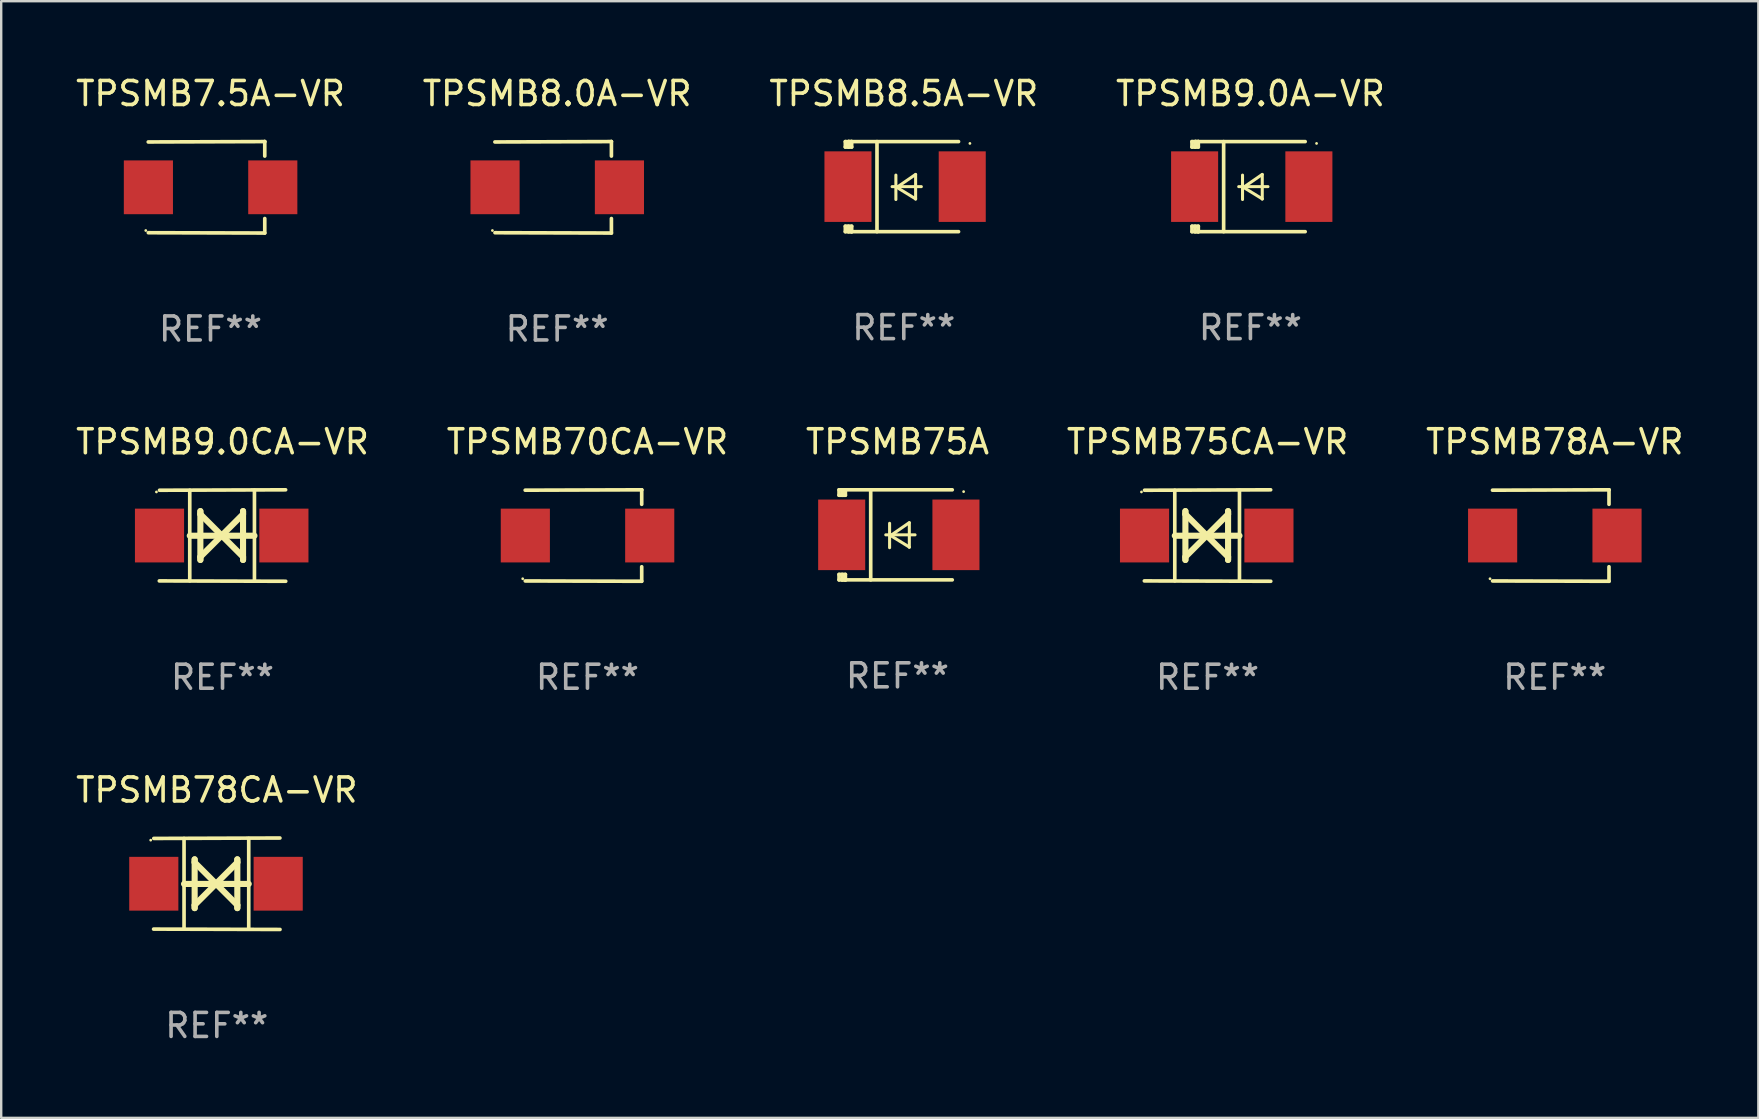
<source format=kicad_pcb>
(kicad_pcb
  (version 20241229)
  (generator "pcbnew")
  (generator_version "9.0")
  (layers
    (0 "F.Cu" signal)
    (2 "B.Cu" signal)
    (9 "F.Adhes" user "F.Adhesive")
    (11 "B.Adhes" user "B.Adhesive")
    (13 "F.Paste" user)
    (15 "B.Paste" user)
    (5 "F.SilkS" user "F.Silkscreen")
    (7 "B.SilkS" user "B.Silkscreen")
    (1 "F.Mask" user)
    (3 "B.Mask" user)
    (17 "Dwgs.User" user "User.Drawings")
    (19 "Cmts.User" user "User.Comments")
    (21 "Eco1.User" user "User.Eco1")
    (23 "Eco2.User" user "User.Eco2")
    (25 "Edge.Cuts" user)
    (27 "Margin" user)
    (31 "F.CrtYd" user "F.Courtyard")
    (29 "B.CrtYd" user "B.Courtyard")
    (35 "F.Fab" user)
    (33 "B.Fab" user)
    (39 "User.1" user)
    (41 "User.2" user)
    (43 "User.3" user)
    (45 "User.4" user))
  (footprint "TPSMB8.0A-VR"
    (layer "F.Cu")
    (at 20.161 4.753)
    (property "Reference" "TPSMB8.0A-VR" (at 0 -3.905 0) (layer "F.SilkS") (effects (font (size 1 1) (thickness 0.15))))
    (attr through_hole)
    (fp_line (start 2.256 -1.905) (end -2.594 -1.889) (stroke (width 0.152) (type solid)) (layer "F.SilkS"))
    (fp_line (start 2.256 -1.905) (end 2.26 -1.905) (stroke (width 0.152) (type solid)) (layer "F.SilkS"))
    (fp_line (start 2.26 -1.905) (end 2.26 -1.301) (stroke (width 0.152) (type solid)) (layer "F.SilkS"))
    (fp_line (start 2.26 1.301) (end 2.26 1.905) (stroke (width 0.152) (type solid)) (layer "F.SilkS"))
    (fp_line (start 2.26 1.905) (end -2.59 1.892) (stroke (width 0.152) (type solid)) (layer "F.SilkS"))
    (fp_circle (center -2.697 1.8) (end -2.667 1.8) (stroke (width 0.06) (type solid)) (fill no) (layer "F.SilkS"))
    (fp_text user "REF**" (at 0 5.905 0) (layer "F.Fab") (effects (font (size 1 1) (thickness 0.15))))
    (pad "1" smd rect (at -2.588 0) (size 2.047 2.241) (layers "F.Cu" "F.Mask" "F.Paste"))
    (pad "2" smd rect (at 2.594 0) (size 2.047 2.241) (layers "F.Cu" "F.Mask" "F.Paste")))
  (footprint "TPSMB9.0A-VR"
    (layer "F.Cu")
    (at 49.042 4.725)
    (property "Reference" "TPSMB9.0A-VR" (at 0 -3.876 0) (layer "F.SilkS") (effects (font (size 1 1) (thickness 0.15))))
    (attr through_hole)
    (fp_line (start -2.435 1.65) (end -2.171 1.65) (stroke (width 0.152) (type solid)) (layer "F.SilkS"))
    (fp_line (start -2.435 1.876) (end -2.435 1.65) (stroke (width 0.152) (type solid)) (layer "F.SilkS"))
    (fp_line (start -2.435 -1.876) (end -2.171 -1.876) (stroke (width 0.152) (type solid)) (layer "F.SilkS"))
    (fp_line (start -2.435 -1.65) (end -2.435 -1.876) (stroke (width 0.152) (type solid)) (layer "F.SilkS"))
    (fp_line (start -2.305 -1.866) (end -2.295 -1.876) (stroke (width 0.152) (type solid)) (layer "F.SilkS"))
    (fp_line (start -2.305 -1.65) (end -2.305 -1.866) (stroke (width 0.152) (type solid)) (layer "F.SilkS"))
    (fp_line (start -2.305 1.876) (end -2.305 1.65) (stroke (width 0.152) (type solid)) (layer "F.SilkS"))
    (fp_line (start -2.295 -1.876) (end -2.295 -1.65) (stroke (width 0.152) (type solid)) (layer "F.SilkS"))
    (fp_line (start -2.171 1.876) (end -2.435 1.876) (stroke (width 0.152) (type solid)) (layer "F.SilkS"))
    (fp_line (start -2.171 -1.65) (end -2.435 -1.65) (stroke (width 0.152) (type solid)) (layer "F.SilkS"))
    (fp_line (start -2.171 -1.876) (end -2.295 -1.876) (stroke (width 0.152) (type solid)) (layer "F.SilkS"))
    (fp_line (start -2.171 -1.65) (end -2.171 -1.876) (stroke (width 0.152) (type solid)) (layer "F.SilkS"))
    (fp_line (start -2.171 1.876) (end -2.305 1.876) (stroke (width 0.152) (type solid)) (layer "F.SilkS"))
    (fp_line (start -2.171 1.876) (end -2.171 1.65) (stroke (width 0.152) (type solid)) (layer "F.SilkS"))
    (fp_line (start -1.116 1.876) (end -1.116 -1.876) (stroke (width 0.152) (type solid)) (layer "F.SilkS"))
    (fp_line (start -0.488 0.000102) (end 0.731 0.000102) (stroke (width 0.127) (type solid)) (layer "F.SilkS"))
    (fp_line (start -0.329 -0.48) (end -0.329 0.536) (stroke (width 0.127) (type solid)) (layer "F.SilkS"))
    (fp_line (start -0.29 0.03) (end 0.493 0.51) (stroke (width 0.127) (type solid)) (layer "F.SilkS"))
    (fp_line (start 0.493 -0.51) (end -0.29 0.03) (stroke (width 0.127) (type solid)) (layer "F.SilkS"))
    (fp_line (start 0.493 0.52) (end 0.493 -0.496) (stroke (width 0.127) (type solid)) (layer "F.SilkS"))
    (fp_line (start 2.281 -1.876) (end -2.171 -1.876) (stroke (width 0.152) (type solid)) (layer "F.SilkS"))
    (fp_line (start 2.281 1.876) (end -2.171 1.876) (stroke (width 0.152) (type solid)) (layer "F.SilkS"))
    (fp_circle (center 2.755 -1.8) (end 2.785 -1.8) (stroke (width 0.06) (type solid)) (fill no) (layer "F.SilkS"))
    (fp_text user "REF**" (at 0 5.876 0) (layer "F.Fab") (effects (font (size 1 1) (thickness 0.15))))
    (pad "1" smd rect (at 2.435 -0.000025 180) (size 1.96 2.94) (layers "F.Cu" "F.Mask" "F.Paste"))
    (pad "2" smd rect (at -2.325 -0.000025 180) (size 1.96 2.94) (layers "F.Cu" "F.Mask" "F.Paste")))
  (footprint "TPSMB78CA-VR"
    (layer "F.Cu")
    (at 5.982 33.766)
    (property "Reference" "TPSMB78CA-VR" (at 0 -3.905 0) (layer "F.SilkS") (effects (font (size 1 1) (thickness 0.15))))
    (attr through_hole)
    (fp_line (start -1.365 1.886) (end -1.365 -1.886) (stroke (width 0.152) (type solid)) (layer "F.SilkS"))
    (fp_line (start -1.365 0.008) (end 1.33 0.008) (stroke (width 0.254) (type solid)) (layer "F.SilkS"))
    (fp_line (start -0.923 -1.016) (end -0.923 1.016) (stroke (width 0.254) (type solid)) (layer "F.SilkS"))
    (fp_line (start -0.923 -0.889) (end -0.923 -1.016) (stroke (width 0.254) (type solid)) (layer "F.SilkS"))
    (fp_line (start -0.923 0.889) (end -0.034 0) (stroke (width 0.254) (type solid)) (layer "F.SilkS"))
    (fp_line (start -0.923 1.016) (end -0.923 0.889) (stroke (width 0.254) (type solid)) (layer "F.SilkS"))
    (fp_line (start -0.034 0) (end -0.923 -0.889) (stroke (width 0.254) (type solid)) (layer "F.SilkS"))
    (fp_line (start -0.034 0) (end 0.855 0.889) (stroke (width 0.254) (type solid)) (layer "F.SilkS"))
    (fp_line (start 0.855 -1.016) (end 0.855 -0.889) (stroke (width 0.254) (type solid)) (layer "F.SilkS"))
    (fp_line (start 0.855 -0.889) (end -0.034 0) (stroke (width 0.254) (type solid)) (layer "F.SilkS"))
    (fp_line (start 0.855 0.889) (end 0.855 1.016) (stroke (width 0.254) (type solid)) (layer "F.SilkS"))
    (fp_line (start 0.855 1.016) (end 0.855 -1.016) (stroke (width 0.254) (type solid)) (layer "F.SilkS"))
    (fp_line (start 1.33 1.886) (end 1.33 -1.886) (stroke (width 0.152) (type solid)) (layer "F.SilkS"))
    (fp_line (start 2.629 -1.905) (end -2.625 -1.887) (stroke (width 0.152) (type solid)) (layer "F.SilkS"))
    (fp_line (start 2.633 1.905) (end -2.633 1.89) (stroke (width 0.152) (type solid)) (layer "F.SilkS"))
    (fp_circle (center -2.753 -1.816) (end -2.723 -1.816) (stroke (width 0.06) (type solid)) (fill no) (layer "F.SilkS"))
    (fp_text user "REF**" (at 0 5.905 0) (layer "F.Fab") (effects (font (size 1 1) (thickness 0.15))))
    (pad "1" smd rect (at -2.625 0) (size 2.047 2.241) (layers "F.Cu" "F.Mask" "F.Paste"))
    (pad "2" smd rect (at 2.557 0) (size 2.047 2.241) (layers "F.Cu" "F.Mask" "F.Paste")))
  (footprint "TPSMB70CA-VR"
    (layer "F.Cu")
    (at 21.423 19.26)
    (property "Reference" "TPSMB70CA-VR" (at 0 -3.905 0) (layer "F.SilkS") (effects (font (size 1 1) (thickness 0.15))))
    (attr through_hole)
    (fp_line (start 2.256 -1.905) (end -2.594 -1.889) (stroke (width 0.152) (type solid)) (layer "F.SilkS"))
    (fp_line (start 2.256 -1.905) (end 2.26 -1.905) (stroke (width 0.152) (type solid)) (layer "F.SilkS"))
    (fp_line (start 2.26 -1.905) (end 2.26 -1.301) (stroke (width 0.152) (type solid)) (layer "F.SilkS"))
    (fp_line (start 2.26 1.301) (end 2.26 1.905) (stroke (width 0.152) (type solid)) (layer "F.SilkS"))
    (fp_line (start 2.26 1.905) (end -2.59 1.892) (stroke (width 0.152) (type solid)) (layer "F.SilkS"))
    (fp_circle (center -2.697 1.8) (end -2.667 1.8) (stroke (width 0.06) (type solid)) (fill no) (layer "F.SilkS"))
    (fp_text user "REF**" (at 0 5.905 0) (layer "F.Fab") (effects (font (size 1 1) (thickness 0.15))))
    (pad "1" smd rect (at -2.588 0) (size 2.047 2.241) (layers "F.Cu" "F.Mask" "F.Paste"))
    (pad "2" smd rect (at 2.594 0) (size 2.047 2.241) (layers "F.Cu" "F.Mask" "F.Paste")))
  (footprint "TPSMB8.5A-VR"
    (layer "F.Cu")
    (at 34.601 4.725)
    (property "Reference" "TPSMB8.5A-VR" (at 0 -3.876 0) (layer "F.SilkS") (effects (font (size 1 1) (thickness 0.15))))
    (attr through_hole)
    (fp_line (start -2.435 1.65) (end -2.171 1.65) (stroke (width 0.152) (type solid)) (layer "F.SilkS"))
    (fp_line (start -2.435 1.876) (end -2.435 1.65) (stroke (width 0.152) (type solid)) (layer "F.SilkS"))
    (fp_line (start -2.435 -1.876) (end -2.171 -1.876) (stroke (width 0.152) (type solid)) (layer "F.SilkS"))
    (fp_line (start -2.435 -1.65) (end -2.435 -1.876) (stroke (width 0.152) (type solid)) (layer "F.SilkS"))
    (fp_line (start -2.305 -1.866) (end -2.295 -1.876) (stroke (width 0.152) (type solid)) (layer "F.SilkS"))
    (fp_line (start -2.305 -1.65) (end -2.305 -1.866) (stroke (width 0.152) (type solid)) (layer "F.SilkS"))
    (fp_line (start -2.305 1.876) (end -2.305 1.65) (stroke (width 0.152) (type solid)) (layer "F.SilkS"))
    (fp_line (start -2.295 -1.876) (end -2.295 -1.65) (stroke (width 0.152) (type solid)) (layer "F.SilkS"))
    (fp_line (start -2.171 1.876) (end -2.435 1.876) (stroke (width 0.152) (type solid)) (layer "F.SilkS"))
    (fp_line (start -2.171 -1.65) (end -2.435 -1.65) (stroke (width 0.152) (type solid)) (layer "F.SilkS"))
    (fp_line (start -2.171 -1.876) (end -2.295 -1.876) (stroke (width 0.152) (type solid)) (layer "F.SilkS"))
    (fp_line (start -2.171 -1.65) (end -2.171 -1.876) (stroke (width 0.152) (type solid)) (layer "F.SilkS"))
    (fp_line (start -2.171 1.876) (end -2.305 1.876) (stroke (width 0.152) (type solid)) (layer "F.SilkS"))
    (fp_line (start -2.171 1.876) (end -2.171 1.65) (stroke (width 0.152) (type solid)) (layer "F.SilkS"))
    (fp_line (start -1.116 1.876) (end -1.116 -1.876) (stroke (width 0.152) (type solid)) (layer "F.SilkS"))
    (fp_line (start -0.488 0.000102) (end 0.731 0.000102) (stroke (width 0.127) (type solid)) (layer "F.SilkS"))
    (fp_line (start -0.329 -0.48) (end -0.329 0.536) (stroke (width 0.127) (type solid)) (layer "F.SilkS"))
    (fp_line (start -0.29 0.03) (end 0.493 0.51) (stroke (width 0.127) (type solid)) (layer "F.SilkS"))
    (fp_line (start 0.493 -0.51) (end -0.29 0.03) (stroke (width 0.127) (type solid)) (layer "F.SilkS"))
    (fp_line (start 0.493 0.52) (end 0.493 -0.496) (stroke (width 0.127) (type solid)) (layer "F.SilkS"))
    (fp_line (start 2.281 -1.876) (end -2.171 -1.876) (stroke (width 0.152) (type solid)) (layer "F.SilkS"))
    (fp_line (start 2.281 1.876) (end -2.171 1.876) (stroke (width 0.152) (type solid)) (layer "F.SilkS"))
    (fp_circle (center 2.755 -1.8) (end 2.785 -1.8) (stroke (width 0.06) (type solid)) (fill no) (layer "F.SilkS"))
    (fp_text user "REF**" (at 0 5.876 0) (layer "F.Fab") (effects (font (size 1 1) (thickness 0.15))))
    (pad "1" smd rect (at 2.435 -0.000025 180) (size 1.96 2.94) (layers "F.Cu" "F.Mask" "F.Paste"))
    (pad "2" smd rect (at -2.325 -0.000025 180) (size 1.96 2.94) (layers "F.Cu" "F.Mask" "F.Paste")))
  (footprint "TPSMB7.5A-VR"
    (layer "F.Cu")
    (at 5.72 4.753)
    (property "Reference" "TPSMB7.5A-VR" (at 0 -3.905 0) (layer "F.SilkS") (effects (font (size 1 1) (thickness 0.15))))
    (attr through_hole)
    (fp_line (start 2.256 -1.905) (end -2.594 -1.889) (stroke (width 0.152) (type solid)) (layer "F.SilkS"))
    (fp_line (start 2.256 -1.905) (end 2.26 -1.905) (stroke (width 0.152) (type solid)) (layer "F.SilkS"))
    (fp_line (start 2.26 -1.905) (end 2.26 -1.301) (stroke (width 0.152) (type solid)) (layer "F.SilkS"))
    (fp_line (start 2.26 1.301) (end 2.26 1.905) (stroke (width 0.152) (type solid)) (layer "F.SilkS"))
    (fp_line (start 2.26 1.905) (end -2.59 1.892) (stroke (width 0.152) (type solid)) (layer "F.SilkS"))
    (fp_circle (center -2.697 1.8) (end -2.667 1.8) (stroke (width 0.06) (type solid)) (fill no) (layer "F.SilkS"))
    (fp_text user "REF**" (at 0 5.905 0) (layer "F.Fab") (effects (font (size 1 1) (thickness 0.15))))
    (pad "1" smd rect (at -2.588 0) (size 2.047 2.241) (layers "F.Cu" "F.Mask" "F.Paste"))
    (pad "2" smd rect (at 2.594 0) (size 2.047 2.241) (layers "F.Cu" "F.Mask" "F.Paste")))
  (footprint "TPSMB75A"
    (layer "F.Cu")
    (at 34.339 19.231)
    (property "Reference" "TPSMB75A" (at 0 -3.876 0) (layer "F.SilkS") (effects (font (size 1 1) (thickness 0.15))))
    (attr through_hole)
    (fp_line (start -2.435 1.65) (end -2.171 1.65) (stroke (width 0.152) (type solid)) (layer "F.SilkS"))
    (fp_line (start -2.435 1.876) (end -2.435 1.65) (stroke (width 0.152) (type solid)) (layer "F.SilkS"))
    (fp_line (start -2.435 -1.876) (end -2.171 -1.876) (stroke (width 0.152) (type solid)) (layer "F.SilkS"))
    (fp_line (start -2.435 -1.65) (end -2.435 -1.876) (stroke (width 0.152) (type solid)) (layer "F.SilkS"))
    (fp_line (start -2.305 -1.866) (end -2.295 -1.876) (stroke (width 0.152) (type solid)) (layer "F.SilkS"))
    (fp_line (start -2.305 -1.65) (end -2.305 -1.866) (stroke (width 0.152) (type solid)) (layer "F.SilkS"))
    (fp_line (start -2.305 1.876) (end -2.305 1.65) (stroke (width 0.152) (type solid)) (layer "F.SilkS"))
    (fp_line (start -2.295 -1.876) (end -2.295 -1.65) (stroke (width 0.152) (type solid)) (layer "F.SilkS"))
    (fp_line (start -2.171 1.876) (end -2.435 1.876) (stroke (width 0.152) (type solid)) (layer "F.SilkS"))
    (fp_line (start -2.171 -1.65) (end -2.435 -1.65) (stroke (width 0.152) (type solid)) (layer "F.SilkS"))
    (fp_line (start -2.171 -1.876) (end -2.295 -1.876) (stroke (width 0.152) (type solid)) (layer "F.SilkS"))
    (fp_line (start -2.171 -1.65) (end -2.171 -1.876) (stroke (width 0.152) (type solid)) (layer "F.SilkS"))
    (fp_line (start -2.171 1.876) (end -2.305 1.876) (stroke (width 0.152) (type solid)) (layer "F.SilkS"))
    (fp_line (start -2.171 1.876) (end -2.171 1.65) (stroke (width 0.152) (type solid)) (layer "F.SilkS"))
    (fp_line (start -1.116 1.876) (end -1.116 -1.876) (stroke (width 0.152) (type solid)) (layer "F.SilkS"))
    (fp_line (start -0.488 0.000102) (end 0.731 0.000102) (stroke (width 0.127) (type solid)) (layer "F.SilkS"))
    (fp_line (start -0.329 -0.48) (end -0.329 0.536) (stroke (width 0.127) (type solid)) (layer "F.SilkS"))
    (fp_line (start -0.29 0.03) (end 0.493 0.51) (stroke (width 0.127) (type solid)) (layer "F.SilkS"))
    (fp_line (start 0.493 -0.51) (end -0.29 0.03) (stroke (width 0.127) (type solid)) (layer "F.SilkS"))
    (fp_line (start 0.493 0.52) (end 0.493 -0.496) (stroke (width 0.127) (type solid)) (layer "F.SilkS"))
    (fp_line (start 2.281 -1.876) (end -2.171 -1.876) (stroke (width 0.152) (type solid)) (layer "F.SilkS"))
    (fp_line (start 2.281 1.876) (end -2.171 1.876) (stroke (width 0.152) (type solid)) (layer "F.SilkS"))
    (fp_circle (center 2.755 -1.8) (end 2.785 -1.8) (stroke (width 0.06) (type solid)) (fill no) (layer "F.SilkS"))
    (fp_text user "REF**" (at 0 5.876 0) (layer "F.Fab") (effects (font (size 1 1) (thickness 0.15))))
    (pad "1" smd rect (at 2.435 -0.000025 180) (size 1.96 2.94) (layers "F.Cu" "F.Mask" "F.Paste"))
    (pad "2" smd rect (at -2.325 -0.000025 180) (size 1.96 2.94) (layers "F.Cu" "F.Mask" "F.Paste")))
  (footprint "TPSMB78A-VR"
    (layer "F.Cu")
    (at 61.72 19.26)
    (property "Reference" "TPSMB78A-VR" (at 0 -3.905 0) (layer "F.SilkS") (effects (font (size 1 1) (thickness 0.15))))
    (attr through_hole)
    (fp_line (start 2.256 -1.905) (end -2.594 -1.889) (stroke (width 0.152) (type solid)) (layer "F.SilkS"))
    (fp_line (start 2.256 -1.905) (end 2.26 -1.905) (stroke (width 0.152) (type solid)) (layer "F.SilkS"))
    (fp_line (start 2.26 -1.905) (end 2.26 -1.301) (stroke (width 0.152) (type solid)) (layer "F.SilkS"))
    (fp_line (start 2.26 1.301) (end 2.26 1.905) (stroke (width 0.152) (type solid)) (layer "F.SilkS"))
    (fp_line (start 2.26 1.905) (end -2.59 1.892) (stroke (width 0.152) (type solid)) (layer "F.SilkS"))
    (fp_circle (center -2.697 1.8) (end -2.667 1.8) (stroke (width 0.06) (type solid)) (fill no) (layer "F.SilkS"))
    (fp_text user "REF**" (at 0 5.905 0) (layer "F.Fab") (effects (font (size 1 1) (thickness 0.15))))
    (pad "1" smd rect (at -2.588 0) (size 2.047 2.241) (layers "F.Cu" "F.Mask" "F.Paste"))
    (pad "2" smd rect (at 2.594 0) (size 2.047 2.241) (layers "F.Cu" "F.Mask" "F.Paste")))
  (footprint "TPSMB75CA-VR"
    (layer "F.Cu")
    (at 47.256 19.26)
    (property "Reference" "TPSMB75CA-VR" (at 0 -3.905 0) (layer "F.SilkS") (effects (font (size 1 1) (thickness 0.15))))
    (attr through_hole)
    (fp_line (start -1.365 1.886) (end -1.365 -1.886) (stroke (width 0.152) (type solid)) (layer "F.SilkS"))
    (fp_line (start -1.365 0.008) (end 1.33 0.008) (stroke (width 0.254) (type solid)) (layer "F.SilkS"))
    (fp_line (start -0.923 -1.016) (end -0.923 1.016) (stroke (width 0.254) (type solid)) (layer "F.SilkS"))
    (fp_line (start -0.923 -0.889) (end -0.923 -1.016) (stroke (width 0.254) (type solid)) (layer "F.SilkS"))
    (fp_line (start -0.923 0.889) (end -0.034 0) (stroke (width 0.254) (type solid)) (layer "F.SilkS"))
    (fp_line (start -0.923 1.016) (end -0.923 0.889) (stroke (width 0.254) (type solid)) (layer "F.SilkS"))
    (fp_line (start -0.034 0) (end -0.923 -0.889) (stroke (width 0.254) (type solid)) (layer "F.SilkS"))
    (fp_line (start -0.034 0) (end 0.855 0.889) (stroke (width 0.254) (type solid)) (layer "F.SilkS"))
    (fp_line (start 0.855 -1.016) (end 0.855 -0.889) (stroke (width 0.254) (type solid)) (layer "F.SilkS"))
    (fp_line (start 0.855 -0.889) (end -0.034 0) (stroke (width 0.254) (type solid)) (layer "F.SilkS"))
    (fp_line (start 0.855 0.889) (end 0.855 1.016) (stroke (width 0.254) (type solid)) (layer "F.SilkS"))
    (fp_line (start 0.855 1.016) (end 0.855 -1.016) (stroke (width 0.254) (type solid)) (layer "F.SilkS"))
    (fp_line (start 1.33 1.886) (end 1.33 -1.886) (stroke (width 0.152) (type solid)) (layer "F.SilkS"))
    (fp_line (start 2.629 -1.905) (end -2.625 -1.887) (stroke (width 0.152) (type solid)) (layer "F.SilkS"))
    (fp_line (start 2.633 1.905) (end -2.633 1.89) (stroke (width 0.152) (type solid)) (layer "F.SilkS"))
    (fp_circle (center -2.753 -1.816) (end -2.723 -1.816) (stroke (width 0.06) (type solid)) (fill no) (layer "F.SilkS"))
    (fp_text user "REF**" (at 0 5.905 0) (layer "F.Fab") (effects (font (size 1 1) (thickness 0.15))))
    (pad "1" smd rect (at -2.625 0) (size 2.047 2.241) (layers "F.Cu" "F.Mask" "F.Paste"))
    (pad "2" smd rect (at 2.557 0) (size 2.047 2.241) (layers "F.Cu" "F.Mask" "F.Paste")))
  (footprint "TPSMB9.0CA-VR"
    (layer "F.Cu")
    (at 6.22 19.26)
    (property "Reference" "TPSMB9.0CA-VR" (at 0 -3.905 0) (layer "F.SilkS") (effects (font (size 1 1) (thickness 0.15))))
    (attr through_hole)
    (fp_line (start -1.365 1.886) (end -1.365 -1.886) (stroke (width 0.152) (type solid)) (layer "F.SilkS"))
    (fp_line (start -1.365 0.008) (end 1.33 0.008) (stroke (width 0.254) (type solid)) (layer "F.SilkS"))
    (fp_line (start -0.923 -1.016) (end -0.923 1.016) (stroke (width 0.254) (type solid)) (layer "F.SilkS"))
    (fp_line (start -0.923 -0.889) (end -0.923 -1.016) (stroke (width 0.254) (type solid)) (layer "F.SilkS"))
    (fp_line (start -0.923 0.889) (end -0.034 0) (stroke (width 0.254) (type solid)) (layer "F.SilkS"))
    (fp_line (start -0.923 1.016) (end -0.923 0.889) (stroke (width 0.254) (type solid)) (layer "F.SilkS"))
    (fp_line (start -0.034 0) (end -0.923 -0.889) (stroke (width 0.254) (type solid)) (layer "F.SilkS"))
    (fp_line (start -0.034 0) (end 0.855 0.889) (stroke (width 0.254) (type solid)) (layer "F.SilkS"))
    (fp_line (start 0.855 -1.016) (end 0.855 -0.889) (stroke (width 0.254) (type solid)) (layer "F.SilkS"))
    (fp_line (start 0.855 -0.889) (end -0.034 0) (stroke (width 0.254) (type solid)) (layer "F.SilkS"))
    (fp_line (start 0.855 0.889) (end 0.855 1.016) (stroke (width 0.254) (type solid)) (layer "F.SilkS"))
    (fp_line (start 0.855 1.016) (end 0.855 -1.016) (stroke (width 0.254) (type solid)) (layer "F.SilkS"))
    (fp_line (start 1.33 1.886) (end 1.33 -1.886) (stroke (width 0.152) (type solid)) (layer "F.SilkS"))
    (fp_line (start 2.629 -1.905) (end -2.625 -1.887) (stroke (width 0.152) (type solid)) (layer "F.SilkS"))
    (fp_line (start 2.633 1.905) (end -2.633 1.89) (stroke (width 0.152) (type solid)) (layer "F.SilkS"))
    (fp_circle (center -2.753 -1.816) (end -2.723 -1.816) (stroke (width 0.06) (type solid)) (fill no) (layer "F.SilkS"))
    (fp_text user "REF**" (at 0 5.905 0) (layer "F.Fab") (effects (font (size 1 1) (thickness 0.15))))
    (pad "1" smd rect (at -2.625 0) (size 2.047 2.241) (layers "F.Cu" "F.Mask" "F.Paste"))
    (pad "2" smd rect (at 2.557 0) (size 2.047 2.241) (layers "F.Cu" "F.Mask" "F.Paste")))
  (gr_rect
    (start -3 -3)
    (end 70.202 43.52)
    (stroke (width 0.1) (type default))
    (fill no)
    (layer "Edge.Cuts")))
</source>
